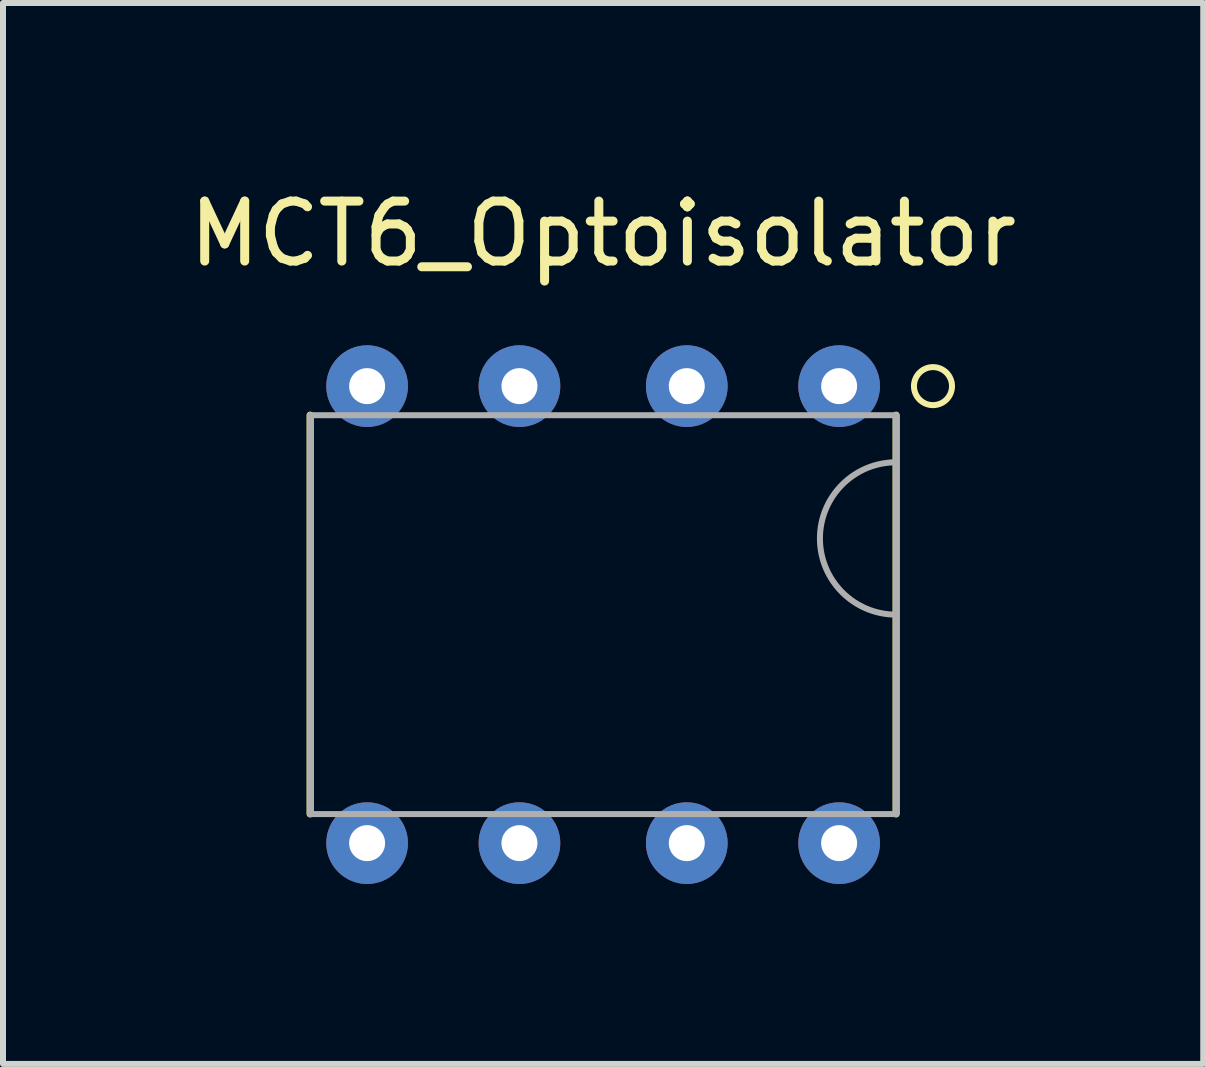
<source format=kicad_pcb>
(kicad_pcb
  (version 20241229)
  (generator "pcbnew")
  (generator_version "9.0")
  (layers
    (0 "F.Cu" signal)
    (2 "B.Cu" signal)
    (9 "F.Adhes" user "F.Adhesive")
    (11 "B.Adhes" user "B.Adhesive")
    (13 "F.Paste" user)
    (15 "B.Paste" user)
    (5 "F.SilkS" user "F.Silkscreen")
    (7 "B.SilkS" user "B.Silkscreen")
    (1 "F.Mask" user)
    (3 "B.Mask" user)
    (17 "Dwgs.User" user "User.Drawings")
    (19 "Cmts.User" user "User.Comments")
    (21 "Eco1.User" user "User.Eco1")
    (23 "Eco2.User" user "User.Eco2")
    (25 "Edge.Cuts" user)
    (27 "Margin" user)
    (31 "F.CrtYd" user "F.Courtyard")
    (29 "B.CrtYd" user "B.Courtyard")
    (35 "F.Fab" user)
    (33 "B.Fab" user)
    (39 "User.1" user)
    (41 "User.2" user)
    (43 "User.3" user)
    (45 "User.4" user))
  (footprint "MCT6_Optoisolator"
    (layer "F.Cu")
    (at 7.006 7.198)
    (property "Reference" "MCT6_Optoisolator" (at 0 -6.35 0) (layer "F.SilkS") (effects (font (size 1 1) (thickness 0.15))))
    (attr through_hole)
    (fp_line (start -4.885 -3.325) (end -4.885 3.322) (stroke (width 0.12) (type solid)) (layer "F.SilkS"))
    (fp_line (start 4.885 -3.325) (end 4.885 3.322) (stroke (width 0.12) (type solid)) (layer "F.SilkS"))
    (fp_circle (center 5.5 -3.81) (end 5.817 -3.81) (stroke (width 0.1) (type solid)) (fill no) (layer "F.SilkS"))
    (fp_line (start -4.885 3.325) (end -4.885 -3.325) (stroke (width 0.1) (type solid)) (layer "F.Fab"))
    (fp_line (start 4.885 -3.325) (end -4.885 -3.325) (stroke (width 0.1) (type solid)) (layer "F.Fab"))
    (fp_line (start 4.885 3.325) (end -4.885 3.325) (stroke (width 0.1) (type solid)) (layer "F.Fab"))
    (fp_line (start 4.885 3.325) (end 4.885 -3.325) (stroke (width 0.1) (type solid)) (layer "F.Fab"))
    (fp_arc (start 4.885 0) (mid 3.615 -1.27) (end 4.885 -2.54) (stroke (width 0.1) (type solid)) (layer "F.Fab"))
    (pad "1" thru_hole circle (at 3.935 -3.81) (size 1.362 1.362) (drill 0.6) (layers "*.Cu" "*.Mask"))
    (pad "2" thru_hole circle (at 1.395 -3.81) (size 1.362 1.362) (drill 0.6) (layers "*.Cu" "*.Mask"))
    (pad "3" thru_hole circle (at -1.395 -3.81) (size 1.362 1.362) (drill 0.6) (layers "*.Cu" "*.Mask"))
    (pad "4" thru_hole circle (at -3.935 -3.81) (size 1.362 1.362) (drill 0.6) (layers "*.Cu" "*.Mask"))
    (pad "5" thru_hole circle (at -3.935 3.81) (size 1.362 1.362) (drill 0.6) (layers "*.Cu" "*.Mask"))
    (pad "6" thru_hole circle (at -1.395 3.81) (size 1.362 1.362) (drill 0.6) (layers "*.Cu" "*.Mask"))
    (pad "7" thru_hole circle (at 1.395 3.81) (size 1.362 1.362) (drill 0.6) (layers "*.Cu" "*.Mask"))
    (pad "8" thru_hole circle (at 3.935 3.81) (size 1.362 1.362) (drill 0.6) (layers "*.Cu" "*.Mask")))
  (gr_rect
    (start -3 -3)
    (end 17.012 14.689)
    (stroke (width 0.1) (type default))
    (fill no)
    (layer "Edge.Cuts")))
</source>
